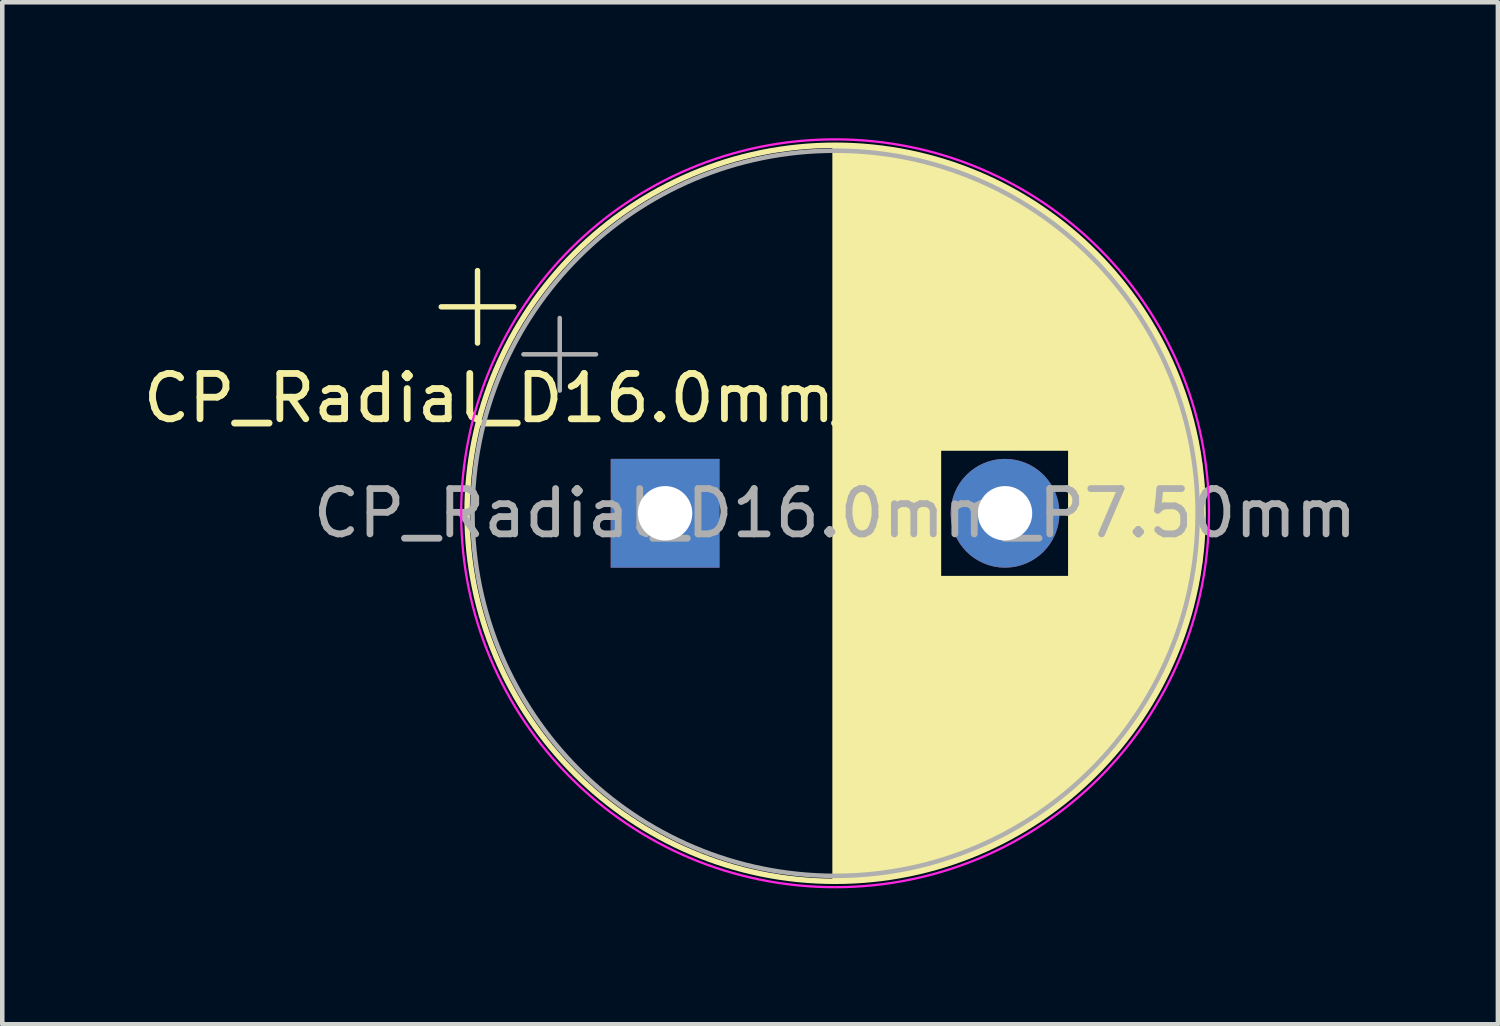
<source format=kicad_pcb>
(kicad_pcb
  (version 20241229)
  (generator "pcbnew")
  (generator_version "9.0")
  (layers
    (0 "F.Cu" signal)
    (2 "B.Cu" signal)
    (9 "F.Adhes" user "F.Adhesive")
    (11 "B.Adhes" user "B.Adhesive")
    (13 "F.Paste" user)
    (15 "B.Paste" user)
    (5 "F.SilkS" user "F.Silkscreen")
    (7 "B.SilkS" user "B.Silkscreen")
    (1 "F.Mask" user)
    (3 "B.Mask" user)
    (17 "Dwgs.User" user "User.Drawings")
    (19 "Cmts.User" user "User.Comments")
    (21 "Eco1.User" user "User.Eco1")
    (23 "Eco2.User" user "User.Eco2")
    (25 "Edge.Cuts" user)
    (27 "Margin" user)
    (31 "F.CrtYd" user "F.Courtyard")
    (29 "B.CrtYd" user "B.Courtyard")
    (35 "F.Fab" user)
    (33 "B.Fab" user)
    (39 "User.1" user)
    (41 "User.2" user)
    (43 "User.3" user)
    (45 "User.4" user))
  (footprint "CP_Radial_D16.0mm_P7.50mm"
    (layer "F.Cu")
    (at 11.625 8.275)
    (property "Reference" "CP_Radial_D16.0mm_P7.50mm" (at 0 -2.54 0) (layer "F.SilkS") (effects (font (size 1 1) (thickness 0.15))))
    (attr through_hole)
    (fp_line (start -4.939 -4.555) (end -3.339 -4.555) (stroke (width 0.12) (type solid)) (layer "F.SilkS"))
    (fp_line (start -4.139 -5.355) (end -4.139 -3.755) (stroke (width 0.12) (type solid)) (layer "F.SilkS"))
    (fp_line (start 3.75 -8.081) (end 3.75 8.081) (stroke (width 0.12) (type solid)) (layer "F.SilkS"))
    (fp_line (start 3.79 -8.08) (end 3.79 8.08) (stroke (width 0.12) (type solid)) (layer "F.SilkS"))
    (fp_line (start 3.83 -8.08) (end 3.83 8.08) (stroke (width 0.12) (type solid)) (layer "F.SilkS"))
    (fp_line (start 3.87 -8.08) (end 3.87 8.08) (stroke (width 0.12) (type solid)) (layer "F.SilkS"))
    (fp_line (start 3.91 -8.079) (end 3.91 8.079) (stroke (width 0.12) (type solid)) (layer "F.SilkS"))
    (fp_line (start 3.95 -8.078) (end 3.95 8.078) (stroke (width 0.12) (type solid)) (layer "F.SilkS"))
    (fp_line (start 3.99 -8.077) (end 3.99 8.077) (stroke (width 0.12) (type solid)) (layer "F.SilkS"))
    (fp_line (start 4.03 -8.076) (end 4.03 8.076) (stroke (width 0.12) (type solid)) (layer "F.SilkS"))
    (fp_line (start 4.07 -8.074) (end 4.07 8.074) (stroke (width 0.12) (type solid)) (layer "F.SilkS"))
    (fp_line (start 4.11 -8.073) (end 4.11 8.073) (stroke (width 0.12) (type solid)) (layer "F.SilkS"))
    (fp_line (start 4.15 -8.071) (end 4.15 8.071) (stroke (width 0.12) (type solid)) (layer "F.SilkS"))
    (fp_line (start 4.19 -8.069) (end 4.19 8.069) (stroke (width 0.12) (type solid)) (layer "F.SilkS"))
    (fp_line (start 4.23 -8.066) (end 4.23 8.066) (stroke (width 0.12) (type solid)) (layer "F.SilkS"))
    (fp_line (start 4.27 -8.064) (end 4.27 8.064) (stroke (width 0.12) (type solid)) (layer "F.SilkS"))
    (fp_line (start 4.31 -8.061) (end 4.31 8.061) (stroke (width 0.12) (type solid)) (layer "F.SilkS"))
    (fp_line (start 4.35 -8.058) (end 4.35 8.058) (stroke (width 0.12) (type solid)) (layer "F.SilkS"))
    (fp_line (start 4.39 -8.055) (end 4.39 8.055) (stroke (width 0.12) (type solid)) (layer "F.SilkS"))
    (fp_line (start 4.43 -8.052) (end 4.43 8.052) (stroke (width 0.12) (type solid)) (layer "F.SilkS"))
    (fp_line (start 4.471 -8.049) (end 4.471 8.049) (stroke (width 0.12) (type solid)) (layer "F.SilkS"))
    (fp_line (start 4.511 -8.045) (end 4.511 8.045) (stroke (width 0.12) (type solid)) (layer "F.SilkS"))
    (fp_line (start 4.551 -8.041) (end 4.551 8.041) (stroke (width 0.12) (type solid)) (layer "F.SilkS"))
    (fp_line (start 4.591 -8.037) (end 4.591 8.037) (stroke (width 0.12) (type solid)) (layer "F.SilkS"))
    (fp_line (start 4.631 -8.033) (end 4.631 8.033) (stroke (width 0.12) (type solid)) (layer "F.SilkS"))
    (fp_line (start 4.671 -8.028) (end 4.671 8.028) (stroke (width 0.12) (type solid)) (layer "F.SilkS"))
    (fp_line (start 4.711 -8.024) (end 4.711 8.024) (stroke (width 0.12) (type solid)) (layer "F.SilkS"))
    (fp_line (start 4.751 -8.019) (end 4.751 8.019) (stroke (width 0.12) (type solid)) (layer "F.SilkS"))
    (fp_line (start 4.791 -8.014) (end 4.791 8.014) (stroke (width 0.12) (type solid)) (layer "F.SilkS"))
    (fp_line (start 4.831 -8.008) (end 4.831 8.008) (stroke (width 0.12) (type solid)) (layer "F.SilkS"))
    (fp_line (start 4.871 -8.003) (end 4.871 8.003) (stroke (width 0.12) (type solid)) (layer "F.SilkS"))
    (fp_line (start 4.911 -7.997) (end 4.911 7.997) (stroke (width 0.12) (type solid)) (layer "F.SilkS"))
    (fp_line (start 4.951 -7.991) (end 4.951 7.991) (stroke (width 0.12) (type solid)) (layer "F.SilkS"))
    (fp_line (start 4.991 -7.985) (end 4.991 7.985) (stroke (width 0.12) (type solid)) (layer "F.SilkS"))
    (fp_line (start 5.031 -7.979) (end 5.031 7.979) (stroke (width 0.12) (type solid)) (layer "F.SilkS"))
    (fp_line (start 5.071 -7.972) (end 5.071 7.972) (stroke (width 0.12) (type solid)) (layer "F.SilkS"))
    (fp_line (start 5.111 -7.966) (end 5.111 7.966) (stroke (width 0.12) (type solid)) (layer "F.SilkS"))
    (fp_line (start 5.151 -7.959) (end 5.151 7.959) (stroke (width 0.12) (type solid)) (layer "F.SilkS"))
    (fp_line (start 5.191 -7.952) (end 5.191 7.952) (stroke (width 0.12) (type solid)) (layer "F.SilkS"))
    (fp_line (start 5.231 -7.944) (end 5.231 7.944) (stroke (width 0.12) (type solid)) (layer "F.SilkS"))
    (fp_line (start 5.271 -7.937) (end 5.271 7.937) (stroke (width 0.12) (type solid)) (layer "F.SilkS"))
    (fp_line (start 5.311 -7.929) (end 5.311 7.929) (stroke (width 0.12) (type solid)) (layer "F.SilkS"))
    (fp_line (start 5.351 -7.921) (end 5.351 7.921) (stroke (width 0.12) (type solid)) (layer "F.SilkS"))
    (fp_line (start 5.391 -7.913) (end 5.391 7.913) (stroke (width 0.12) (type solid)) (layer "F.SilkS"))
    (fp_line (start 5.431 -7.905) (end 5.431 7.905) (stroke (width 0.12) (type solid)) (layer "F.SilkS"))
    (fp_line (start 5.471 -7.896) (end 5.471 7.896) (stroke (width 0.12) (type solid)) (layer "F.SilkS"))
    (fp_line (start 5.511 -7.887) (end 5.511 7.887) (stroke (width 0.12) (type solid)) (layer "F.SilkS"))
    (fp_line (start 5.551 -7.878) (end 5.551 7.878) (stroke (width 0.12) (type solid)) (layer "F.SilkS"))
    (fp_line (start 5.591 -7.869) (end 5.591 7.869) (stroke (width 0.12) (type solid)) (layer "F.SilkS"))
    (fp_line (start 5.631 -7.86) (end 5.631 7.86) (stroke (width 0.12) (type solid)) (layer "F.SilkS"))
    (fp_line (start 5.671 -7.85) (end 5.671 7.85) (stroke (width 0.12) (type solid)) (layer "F.SilkS"))
    (fp_line (start 5.711 -7.84) (end 5.711 7.84) (stroke (width 0.12) (type solid)) (layer "F.SilkS"))
    (fp_line (start 5.751 -7.83) (end 5.751 7.83) (stroke (width 0.12) (type solid)) (layer "F.SilkS"))
    (fp_line (start 5.791 -7.82) (end 5.791 7.82) (stroke (width 0.12) (type solid)) (layer "F.SilkS"))
    (fp_line (start 5.831 -7.81) (end 5.831 7.81) (stroke (width 0.12) (type solid)) (layer "F.SilkS"))
    (fp_line (start 5.871 -7.799) (end 5.871 7.799) (stroke (width 0.12) (type solid)) (layer "F.SilkS"))
    (fp_line (start 5.911 -7.788) (end 5.911 7.788) (stroke (width 0.12) (type solid)) (layer "F.SilkS"))
    (fp_line (start 5.951 -7.777) (end 5.951 7.777) (stroke (width 0.12) (type solid)) (layer "F.SilkS"))
    (fp_line (start 5.991 -7.765) (end 5.991 7.765) (stroke (width 0.12) (type solid)) (layer "F.SilkS"))
    (fp_line (start 6.031 -7.754) (end 6.031 7.754) (stroke (width 0.12) (type solid)) (layer "F.SilkS"))
    (fp_line (start 6.071 -7.742) (end 6.071 -1.44) (stroke (width 0.12) (type solid)) (layer "F.SilkS"))
    (fp_line (start 6.071 1.44) (end 6.071 7.742) (stroke (width 0.12) (type solid)) (layer "F.SilkS"))
    (fp_line (start 6.111 -7.73) (end 6.111 -1.44) (stroke (width 0.12) (type solid)) (layer "F.SilkS"))
    (fp_line (start 6.111 1.44) (end 6.111 7.73) (stroke (width 0.12) (type solid)) (layer "F.SilkS"))
    (fp_line (start 6.151 -7.718) (end 6.151 -1.44) (stroke (width 0.12) (type solid)) (layer "F.SilkS"))
    (fp_line (start 6.151 1.44) (end 6.151 7.718) (stroke (width 0.12) (type solid)) (layer "F.SilkS"))
    (fp_line (start 6.191 -7.705) (end 6.191 -1.44) (stroke (width 0.12) (type solid)) (layer "F.SilkS"))
    (fp_line (start 6.191 1.44) (end 6.191 7.705) (stroke (width 0.12) (type solid)) (layer "F.SilkS"))
    (fp_line (start 6.231 -7.693) (end 6.231 -1.44) (stroke (width 0.12) (type solid)) (layer "F.SilkS"))
    (fp_line (start 6.231 1.44) (end 6.231 7.693) (stroke (width 0.12) (type solid)) (layer "F.SilkS"))
    (fp_line (start 6.271 -7.68) (end 6.271 -1.44) (stroke (width 0.12) (type solid)) (layer "F.SilkS"))
    (fp_line (start 6.271 1.44) (end 6.271 7.68) (stroke (width 0.12) (type solid)) (layer "F.SilkS"))
    (fp_line (start 6.311 -7.666) (end 6.311 -1.44) (stroke (width 0.12) (type solid)) (layer "F.SilkS"))
    (fp_line (start 6.311 1.44) (end 6.311 7.666) (stroke (width 0.12) (type solid)) (layer "F.SilkS"))
    (fp_line (start 6.351 -7.653) (end 6.351 -1.44) (stroke (width 0.12) (type solid)) (layer "F.SilkS"))
    (fp_line (start 6.351 1.44) (end 6.351 7.653) (stroke (width 0.12) (type solid)) (layer "F.SilkS"))
    (fp_line (start 6.391 -7.639) (end 6.391 -1.44) (stroke (width 0.12) (type solid)) (layer "F.SilkS"))
    (fp_line (start 6.391 1.44) (end 6.391 7.639) (stroke (width 0.12) (type solid)) (layer "F.SilkS"))
    (fp_line (start 6.431 -7.625) (end 6.431 -1.44) (stroke (width 0.12) (type solid)) (layer "F.SilkS"))
    (fp_line (start 6.431 1.44) (end 6.431 7.625) (stroke (width 0.12) (type solid)) (layer "F.SilkS"))
    (fp_line (start 6.471 -7.611) (end 6.471 -1.44) (stroke (width 0.12) (type solid)) (layer "F.SilkS"))
    (fp_line (start 6.471 1.44) (end 6.471 7.611) (stroke (width 0.12) (type solid)) (layer "F.SilkS"))
    (fp_line (start 6.511 -7.597) (end 6.511 -1.44) (stroke (width 0.12) (type solid)) (layer "F.SilkS"))
    (fp_line (start 6.511 1.44) (end 6.511 7.597) (stroke (width 0.12) (type solid)) (layer "F.SilkS"))
    (fp_line (start 6.551 -7.582) (end 6.551 -1.44) (stroke (width 0.12) (type solid)) (layer "F.SilkS"))
    (fp_line (start 6.551 1.44) (end 6.551 7.582) (stroke (width 0.12) (type solid)) (layer "F.SilkS"))
    (fp_line (start 6.591 -7.568) (end 6.591 -1.44) (stroke (width 0.12) (type solid)) (layer "F.SilkS"))
    (fp_line (start 6.591 1.44) (end 6.591 7.568) (stroke (width 0.12) (type solid)) (layer "F.SilkS"))
    (fp_line (start 6.631 -7.553) (end 6.631 -1.44) (stroke (width 0.12) (type solid)) (layer "F.SilkS"))
    (fp_line (start 6.631 1.44) (end 6.631 7.553) (stroke (width 0.12) (type solid)) (layer "F.SilkS"))
    (fp_line (start 6.671 -7.537) (end 6.671 -1.44) (stroke (width 0.12) (type solid)) (layer "F.SilkS"))
    (fp_line (start 6.671 1.44) (end 6.671 7.537) (stroke (width 0.12) (type solid)) (layer "F.SilkS"))
    (fp_line (start 6.711 -7.522) (end 6.711 -1.44) (stroke (width 0.12) (type solid)) (layer "F.SilkS"))
    (fp_line (start 6.711 1.44) (end 6.711 7.522) (stroke (width 0.12) (type solid)) (layer "F.SilkS"))
    (fp_line (start 6.751 -7.506) (end 6.751 -1.44) (stroke (width 0.12) (type solid)) (layer "F.SilkS"))
    (fp_line (start 6.751 1.44) (end 6.751 7.506) (stroke (width 0.12) (type solid)) (layer "F.SilkS"))
    (fp_line (start 6.791 -7.49) (end 6.791 -1.44) (stroke (width 0.12) (type solid)) (layer "F.SilkS"))
    (fp_line (start 6.791 1.44) (end 6.791 7.49) (stroke (width 0.12) (type solid)) (layer "F.SilkS"))
    (fp_line (start 6.831 -7.474) (end 6.831 -1.44) (stroke (width 0.12) (type solid)) (layer "F.SilkS"))
    (fp_line (start 6.831 1.44) (end 6.831 7.474) (stroke (width 0.12) (type solid)) (layer "F.SilkS"))
    (fp_line (start 6.871 -7.457) (end 6.871 -1.44) (stroke (width 0.12) (type solid)) (layer "F.SilkS"))
    (fp_line (start 6.871 1.44) (end 6.871 7.457) (stroke (width 0.12) (type solid)) (layer "F.SilkS"))
    (fp_line (start 6.911 -7.44) (end 6.911 -1.44) (stroke (width 0.12) (type solid)) (layer "F.SilkS"))
    (fp_line (start 6.911 1.44) (end 6.911 7.44) (stroke (width 0.12) (type solid)) (layer "F.SilkS"))
    (fp_line (start 6.951 -7.423) (end 6.951 -1.44) (stroke (width 0.12) (type solid)) (layer "F.SilkS"))
    (fp_line (start 6.951 1.44) (end 6.951 7.423) (stroke (width 0.12) (type solid)) (layer "F.SilkS"))
    (fp_line (start 6.991 -7.406) (end 6.991 -1.44) (stroke (width 0.12) (type solid)) (layer "F.SilkS"))
    (fp_line (start 6.991 1.44) (end 6.991 7.406) (stroke (width 0.12) (type solid)) (layer "F.SilkS"))
    (fp_line (start 7.031 -7.389) (end 7.031 -1.44) (stroke (width 0.12) (type solid)) (layer "F.SilkS"))
    (fp_line (start 7.031 1.44) (end 7.031 7.389) (stroke (width 0.12) (type solid)) (layer "F.SilkS"))
    (fp_line (start 7.071 -7.371) (end 7.071 -1.44) (stroke (width 0.12) (type solid)) (layer "F.SilkS"))
    (fp_line (start 7.071 1.44) (end 7.071 7.371) (stroke (width 0.12) (type solid)) (layer "F.SilkS"))
    (fp_line (start 7.111 -7.353) (end 7.111 -1.44) (stroke (width 0.12) (type solid)) (layer "F.SilkS"))
    (fp_line (start 7.111 1.44) (end 7.111 7.353) (stroke (width 0.12) (type solid)) (layer "F.SilkS"))
    (fp_line (start 7.151 -7.334) (end 7.151 -1.44) (stroke (width 0.12) (type solid)) (layer "F.SilkS"))
    (fp_line (start 7.151 1.44) (end 7.151 7.334) (stroke (width 0.12) (type solid)) (layer "F.SilkS"))
    (fp_line (start 7.191 -7.316) (end 7.191 -1.44) (stroke (width 0.12) (type solid)) (layer "F.SilkS"))
    (fp_line (start 7.191 1.44) (end 7.191 7.316) (stroke (width 0.12) (type solid)) (layer "F.SilkS"))
    (fp_line (start 7.231 -7.297) (end 7.231 -1.44) (stroke (width 0.12) (type solid)) (layer "F.SilkS"))
    (fp_line (start 7.231 1.44) (end 7.231 7.297) (stroke (width 0.12) (type solid)) (layer "F.SilkS"))
    (fp_line (start 7.271 -7.278) (end 7.271 -1.44) (stroke (width 0.12) (type solid)) (layer "F.SilkS"))
    (fp_line (start 7.271 1.44) (end 7.271 7.278) (stroke (width 0.12) (type solid)) (layer "F.SilkS"))
    (fp_line (start 7.311 -7.258) (end 7.311 -1.44) (stroke (width 0.12) (type solid)) (layer "F.SilkS"))
    (fp_line (start 7.311 1.44) (end 7.311 7.258) (stroke (width 0.12) (type solid)) (layer "F.SilkS"))
    (fp_line (start 7.351 -7.239) (end 7.351 -1.44) (stroke (width 0.12) (type solid)) (layer "F.SilkS"))
    (fp_line (start 7.351 1.44) (end 7.351 7.239) (stroke (width 0.12) (type solid)) (layer "F.SilkS"))
    (fp_line (start 7.391 -7.219) (end 7.391 -1.44) (stroke (width 0.12) (type solid)) (layer "F.SilkS"))
    (fp_line (start 7.391 1.44) (end 7.391 7.219) (stroke (width 0.12) (type solid)) (layer "F.SilkS"))
    (fp_line (start 7.431 -7.199) (end 7.431 -1.44) (stroke (width 0.12) (type solid)) (layer "F.SilkS"))
    (fp_line (start 7.431 1.44) (end 7.431 7.199) (stroke (width 0.12) (type solid)) (layer "F.SilkS"))
    (fp_line (start 7.471 -7.178) (end 7.471 -1.44) (stroke (width 0.12) (type solid)) (layer "F.SilkS"))
    (fp_line (start 7.471 1.44) (end 7.471 7.178) (stroke (width 0.12) (type solid)) (layer "F.SilkS"))
    (fp_line (start 7.511 -7.157) (end 7.511 -1.44) (stroke (width 0.12) (type solid)) (layer "F.SilkS"))
    (fp_line (start 7.511 1.44) (end 7.511 7.157) (stroke (width 0.12) (type solid)) (layer "F.SilkS"))
    (fp_line (start 7.551 -7.136) (end 7.551 -1.44) (stroke (width 0.12) (type solid)) (layer "F.SilkS"))
    (fp_line (start 7.551 1.44) (end 7.551 7.136) (stroke (width 0.12) (type solid)) (layer "F.SilkS"))
    (fp_line (start 7.591 -7.115) (end 7.591 -1.44) (stroke (width 0.12) (type solid)) (layer "F.SilkS"))
    (fp_line (start 7.591 1.44) (end 7.591 7.115) (stroke (width 0.12) (type solid)) (layer "F.SilkS"))
    (fp_line (start 7.631 -7.094) (end 7.631 -1.44) (stroke (width 0.12) (type solid)) (layer "F.SilkS"))
    (fp_line (start 7.631 1.44) (end 7.631 7.094) (stroke (width 0.12) (type solid)) (layer "F.SilkS"))
    (fp_line (start 7.671 -7.072) (end 7.671 -1.44) (stroke (width 0.12) (type solid)) (layer "F.SilkS"))
    (fp_line (start 7.671 1.44) (end 7.671 7.072) (stroke (width 0.12) (type solid)) (layer "F.SilkS"))
    (fp_line (start 7.711 -7.049) (end 7.711 -1.44) (stroke (width 0.12) (type solid)) (layer "F.SilkS"))
    (fp_line (start 7.711 1.44) (end 7.711 7.049) (stroke (width 0.12) (type solid)) (layer "F.SilkS"))
    (fp_line (start 7.751 -7.027) (end 7.751 -1.44) (stroke (width 0.12) (type solid)) (layer "F.SilkS"))
    (fp_line (start 7.751 1.44) (end 7.751 7.027) (stroke (width 0.12) (type solid)) (layer "F.SilkS"))
    (fp_line (start 7.791 -7.004) (end 7.791 -1.44) (stroke (width 0.12) (type solid)) (layer "F.SilkS"))
    (fp_line (start 7.791 1.44) (end 7.791 7.004) (stroke (width 0.12) (type solid)) (layer "F.SilkS"))
    (fp_line (start 7.831 -6.981) (end 7.831 -1.44) (stroke (width 0.12) (type solid)) (layer "F.SilkS"))
    (fp_line (start 7.831 1.44) (end 7.831 6.981) (stroke (width 0.12) (type solid)) (layer "F.SilkS"))
    (fp_line (start 7.871 -6.958) (end 7.871 -1.44) (stroke (width 0.12) (type solid)) (layer "F.SilkS"))
    (fp_line (start 7.871 1.44) (end 7.871 6.958) (stroke (width 0.12) (type solid)) (layer "F.SilkS"))
    (fp_line (start 7.911 -6.934) (end 7.911 -1.44) (stroke (width 0.12) (type solid)) (layer "F.SilkS"))
    (fp_line (start 7.911 1.44) (end 7.911 6.934) (stroke (width 0.12) (type solid)) (layer "F.SilkS"))
    (fp_line (start 7.951 -6.91) (end 7.951 -1.44) (stroke (width 0.12) (type solid)) (layer "F.SilkS"))
    (fp_line (start 7.951 1.44) (end 7.951 6.91) (stroke (width 0.12) (type solid)) (layer "F.SilkS"))
    (fp_line (start 7.991 -6.886) (end 7.991 -1.44) (stroke (width 0.12) (type solid)) (layer "F.SilkS"))
    (fp_line (start 7.991 1.44) (end 7.991 6.886) (stroke (width 0.12) (type solid)) (layer "F.SilkS"))
    (fp_line (start 8.031 -6.861) (end 8.031 -1.44) (stroke (width 0.12) (type solid)) (layer "F.SilkS"))
    (fp_line (start 8.031 1.44) (end 8.031 6.861) (stroke (width 0.12) (type solid)) (layer "F.SilkS"))
    (fp_line (start 8.071 -6.836) (end 8.071 -1.44) (stroke (width 0.12) (type solid)) (layer "F.SilkS"))
    (fp_line (start 8.071 1.44) (end 8.071 6.836) (stroke (width 0.12) (type solid)) (layer "F.SilkS"))
    (fp_line (start 8.111 -6.811) (end 8.111 -1.44) (stroke (width 0.12) (type solid)) (layer "F.SilkS"))
    (fp_line (start 8.111 1.44) (end 8.111 6.811) (stroke (width 0.12) (type solid)) (layer "F.SilkS"))
    (fp_line (start 8.151 -6.785) (end 8.151 -1.44) (stroke (width 0.12) (type solid)) (layer "F.SilkS"))
    (fp_line (start 8.151 1.44) (end 8.151 6.785) (stroke (width 0.12) (type solid)) (layer "F.SilkS"))
    (fp_line (start 8.191 -6.759) (end 8.191 -1.44) (stroke (width 0.12) (type solid)) (layer "F.SilkS"))
    (fp_line (start 8.191 1.44) (end 8.191 6.759) (stroke (width 0.12) (type solid)) (layer "F.SilkS"))
    (fp_line (start 8.231 -6.733) (end 8.231 -1.44) (stroke (width 0.12) (type solid)) (layer "F.SilkS"))
    (fp_line (start 8.231 1.44) (end 8.231 6.733) (stroke (width 0.12) (type solid)) (layer "F.SilkS"))
    (fp_line (start 8.271 -6.706) (end 8.271 -1.44) (stroke (width 0.12) (type solid)) (layer "F.SilkS"))
    (fp_line (start 8.271 1.44) (end 8.271 6.706) (stroke (width 0.12) (type solid)) (layer "F.SilkS"))
    (fp_line (start 8.311 -6.679) (end 8.311 -1.44) (stroke (width 0.12) (type solid)) (layer "F.SilkS"))
    (fp_line (start 8.311 1.44) (end 8.311 6.679) (stroke (width 0.12) (type solid)) (layer "F.SilkS"))
    (fp_line (start 8.351 -6.652) (end 8.351 -1.44) (stroke (width 0.12) (type solid)) (layer "F.SilkS"))
    (fp_line (start 8.351 1.44) (end 8.351 6.652) (stroke (width 0.12) (type solid)) (layer "F.SilkS"))
    (fp_line (start 8.391 -6.624) (end 8.391 -1.44) (stroke (width 0.12) (type solid)) (layer "F.SilkS"))
    (fp_line (start 8.391 1.44) (end 8.391 6.624) (stroke (width 0.12) (type solid)) (layer "F.SilkS"))
    (fp_line (start 8.431 -6.596) (end 8.431 -1.44) (stroke (width 0.12) (type solid)) (layer "F.SilkS"))
    (fp_line (start 8.431 1.44) (end 8.431 6.596) (stroke (width 0.12) (type solid)) (layer "F.SilkS"))
    (fp_line (start 8.471 -6.568) (end 8.471 -1.44) (stroke (width 0.12) (type solid)) (layer "F.SilkS"))
    (fp_line (start 8.471 1.44) (end 8.471 6.568) (stroke (width 0.12) (type solid)) (layer "F.SilkS"))
    (fp_line (start 8.511 -6.539) (end 8.511 -1.44) (stroke (width 0.12) (type solid)) (layer "F.SilkS"))
    (fp_line (start 8.511 1.44) (end 8.511 6.539) (stroke (width 0.12) (type solid)) (layer "F.SilkS"))
    (fp_line (start 8.551 -6.51) (end 8.551 -1.44) (stroke (width 0.12) (type solid)) (layer "F.SilkS"))
    (fp_line (start 8.551 1.44) (end 8.551 6.51) (stroke (width 0.12) (type solid)) (layer "F.SilkS"))
    (fp_line (start 8.591 -6.48) (end 8.591 -1.44) (stroke (width 0.12) (type solid)) (layer "F.SilkS"))
    (fp_line (start 8.591 1.44) (end 8.591 6.48) (stroke (width 0.12) (type solid)) (layer "F.SilkS"))
    (fp_line (start 8.631 -6.45) (end 8.631 -1.44) (stroke (width 0.12) (type solid)) (layer "F.SilkS"))
    (fp_line (start 8.631 1.44) (end 8.631 6.45) (stroke (width 0.12) (type solid)) (layer "F.SilkS"))
    (fp_line (start 8.671 -6.42) (end 8.671 -1.44) (stroke (width 0.12) (type solid)) (layer "F.SilkS"))
    (fp_line (start 8.671 1.44) (end 8.671 6.42) (stroke (width 0.12) (type solid)) (layer "F.SilkS"))
    (fp_line (start 8.711 -6.39) (end 8.711 -1.44) (stroke (width 0.12) (type solid)) (layer "F.SilkS"))
    (fp_line (start 8.711 1.44) (end 8.711 6.39) (stroke (width 0.12) (type solid)) (layer "F.SilkS"))
    (fp_line (start 8.751 -6.358) (end 8.751 -1.44) (stroke (width 0.12) (type solid)) (layer "F.SilkS"))
    (fp_line (start 8.751 1.44) (end 8.751 6.358) (stroke (width 0.12) (type solid)) (layer "F.SilkS"))
    (fp_line (start 8.791 -6.327) (end 8.791 -1.44) (stroke (width 0.12) (type solid)) (layer "F.SilkS"))
    (fp_line (start 8.791 1.44) (end 8.791 6.327) (stroke (width 0.12) (type solid)) (layer "F.SilkS"))
    (fp_line (start 8.831 -6.295) (end 8.831 -1.44) (stroke (width 0.12) (type solid)) (layer "F.SilkS"))
    (fp_line (start 8.831 1.44) (end 8.831 6.295) (stroke (width 0.12) (type solid)) (layer "F.SilkS"))
    (fp_line (start 8.871 -6.263) (end 8.871 -1.44) (stroke (width 0.12) (type solid)) (layer "F.SilkS"))
    (fp_line (start 8.871 1.44) (end 8.871 6.263) (stroke (width 0.12) (type solid)) (layer "F.SilkS"))
    (fp_line (start 8.911 -6.23) (end 8.911 -1.44) (stroke (width 0.12) (type solid)) (layer "F.SilkS"))
    (fp_line (start 8.911 1.44) (end 8.911 6.23) (stroke (width 0.12) (type solid)) (layer "F.SilkS"))
    (fp_line (start 8.951 -6.197) (end 8.951 6.197) (stroke (width 0.12) (type solid)) (layer "F.SilkS"))
    (fp_line (start 8.991 -6.163) (end 8.991 6.163) (stroke (width 0.12) (type solid)) (layer "F.SilkS"))
    (fp_line (start 9.031 -6.129) (end 9.031 6.129) (stroke (width 0.12) (type solid)) (layer "F.SilkS"))
    (fp_line (start 9.071 -6.095) (end 9.071 6.095) (stroke (width 0.12) (type solid)) (layer "F.SilkS"))
    (fp_line (start 9.111 -6.06) (end 9.111 6.06) (stroke (width 0.12) (type solid)) (layer "F.SilkS"))
    (fp_line (start 9.151 -6.025) (end 9.151 6.025) (stroke (width 0.12) (type solid)) (layer "F.SilkS"))
    (fp_line (start 9.191 -5.989) (end 9.191 5.989) (stroke (width 0.12) (type solid)) (layer "F.SilkS"))
    (fp_line (start 9.231 -5.952) (end 9.231 5.952) (stroke (width 0.12) (type solid)) (layer "F.SilkS"))
    (fp_line (start 9.271 -5.916) (end 9.271 5.916) (stroke (width 0.12) (type solid)) (layer "F.SilkS"))
    (fp_line (start 9.311 -5.878) (end 9.311 5.878) (stroke (width 0.12) (type solid)) (layer "F.SilkS"))
    (fp_line (start 9.351 -5.84) (end 9.351 5.84) (stroke (width 0.12) (type solid)) (layer "F.SilkS"))
    (fp_line (start 9.391 -5.802) (end 9.391 5.802) (stroke (width 0.12) (type solid)) (layer "F.SilkS"))
    (fp_line (start 9.431 -5.763) (end 9.431 5.763) (stroke (width 0.12) (type solid)) (layer "F.SilkS"))
    (fp_line (start 9.471 -5.724) (end 9.471 5.724) (stroke (width 0.12) (type solid)) (layer "F.SilkS"))
    (fp_line (start 9.511 -5.684) (end 9.511 5.684) (stroke (width 0.12) (type solid)) (layer "F.SilkS"))
    (fp_line (start 9.551 -5.643) (end 9.551 5.643) (stroke (width 0.12) (type solid)) (layer "F.SilkS"))
    (fp_line (start 9.591 -5.602) (end 9.591 5.602) (stroke (width 0.12) (type solid)) (layer "F.SilkS"))
    (fp_line (start 9.631 -5.56) (end 9.631 5.56) (stroke (width 0.12) (type solid)) (layer "F.SilkS"))
    (fp_line (start 9.671 -5.518) (end 9.671 5.518) (stroke (width 0.12) (type solid)) (layer "F.SilkS"))
    (fp_line (start 9.711 -5.475) (end 9.711 5.475) (stroke (width 0.12) (type solid)) (layer "F.SilkS"))
    (fp_line (start 9.751 -5.432) (end 9.751 5.432) (stroke (width 0.12) (type solid)) (layer "F.SilkS"))
    (fp_line (start 9.791 -5.388) (end 9.791 5.388) (stroke (width 0.12) (type solid)) (layer "F.SilkS"))
    (fp_line (start 9.831 -5.343) (end 9.831 5.343) (stroke (width 0.12) (type solid)) (layer "F.SilkS"))
    (fp_line (start 9.871 -5.297) (end 9.871 5.297) (stroke (width 0.12) (type solid)) (layer "F.SilkS"))
    (fp_line (start 9.911 -5.251) (end 9.911 5.251) (stroke (width 0.12) (type solid)) (layer "F.SilkS"))
    (fp_line (start 9.951 -5.204) (end 9.951 5.204) (stroke (width 0.12) (type solid)) (layer "F.SilkS"))
    (fp_line (start 9.991 -5.156) (end 9.991 5.156) (stroke (width 0.12) (type solid)) (layer "F.SilkS"))
    (fp_line (start 10.031 -5.108) (end 10.031 5.108) (stroke (width 0.12) (type solid)) (layer "F.SilkS"))
    (fp_line (start 10.071 -5.059) (end 10.071 5.059) (stroke (width 0.12) (type solid)) (layer "F.SilkS"))
    (fp_line (start 10.111 -5.009) (end 10.111 5.009) (stroke (width 0.12) (type solid)) (layer "F.SilkS"))
    (fp_line (start 10.151 -4.958) (end 10.151 4.958) (stroke (width 0.12) (type solid)) (layer "F.SilkS"))
    (fp_line (start 10.191 -4.906) (end 10.191 4.906) (stroke (width 0.12) (type solid)) (layer "F.SilkS"))
    (fp_line (start 10.231 -4.854) (end 10.231 4.854) (stroke (width 0.12) (type solid)) (layer "F.SilkS"))
    (fp_line (start 10.271 -4.8) (end 10.271 4.8) (stroke (width 0.12) (type solid)) (layer "F.SilkS"))
    (fp_line (start 10.311 -4.746) (end 10.311 4.746) (stroke (width 0.12) (type solid)) (layer "F.SilkS"))
    (fp_line (start 10.351 -4.691) (end 10.351 4.691) (stroke (width 0.12) (type solid)) (layer "F.SilkS"))
    (fp_line (start 10.391 -4.634) (end 10.391 4.634) (stroke (width 0.12) (type solid)) (layer "F.SilkS"))
    (fp_line (start 10.431 -4.577) (end 10.431 4.577) (stroke (width 0.12) (type solid)) (layer "F.SilkS"))
    (fp_line (start 10.471 -4.519) (end 10.471 4.519) (stroke (width 0.12) (type solid)) (layer "F.SilkS"))
    (fp_line (start 10.511 -4.459) (end 10.511 4.459) (stroke (width 0.12) (type solid)) (layer "F.SilkS"))
    (fp_line (start 10.551 -4.398) (end 10.551 4.398) (stroke (width 0.12) (type solid)) (layer "F.SilkS"))
    (fp_line (start 10.591 -4.336) (end 10.591 4.336) (stroke (width 0.12) (type solid)) (layer "F.SilkS"))
    (fp_line (start 10.631 -4.273) (end 10.631 4.273) (stroke (width 0.12) (type solid)) (layer "F.SilkS"))
    (fp_line (start 10.671 -4.209) (end 10.671 4.209) (stroke (width 0.12) (type solid)) (layer "F.SilkS"))
    (fp_line (start 10.711 -4.143) (end 10.711 4.143) (stroke (width 0.12) (type solid)) (layer "F.SilkS"))
    (fp_line (start 10.751 -4.076) (end 10.751 4.076) (stroke (width 0.12) (type solid)) (layer "F.SilkS"))
    (fp_line (start 10.791 -4.007) (end 10.791 4.007) (stroke (width 0.12) (type solid)) (layer "F.SilkS"))
    (fp_line (start 10.831 -3.936) (end 10.831 3.936) (stroke (width 0.12) (type solid)) (layer "F.SilkS"))
    (fp_line (start 10.871 -3.864) (end 10.871 3.864) (stroke (width 0.12) (type solid)) (layer "F.SilkS"))
    (fp_line (start 10.911 -3.79) (end 10.911 3.79) (stroke (width 0.12) (type solid)) (layer "F.SilkS"))
    (fp_line (start 10.951 -3.715) (end 10.951 3.715) (stroke (width 0.12) (type solid)) (layer "F.SilkS"))
    (fp_line (start 10.991 -3.637) (end 10.991 3.637) (stroke (width 0.12) (type solid)) (layer "F.SilkS"))
    (fp_line (start 11.031 -3.557) (end 11.031 3.557) (stroke (width 0.12) (type solid)) (layer "F.SilkS"))
    (fp_line (start 11.071 -3.475) (end 11.071 3.475) (stroke (width 0.12) (type solid)) (layer "F.SilkS"))
    (fp_line (start 11.111 -3.39) (end 11.111 3.39) (stroke (width 0.12) (type solid)) (layer "F.SilkS"))
    (fp_line (start 11.151 -3.303) (end 11.151 3.303) (stroke (width 0.12) (type solid)) (layer "F.SilkS"))
    (fp_line (start 11.191 -3.213) (end 11.191 3.213) (stroke (width 0.12) (type solid)) (layer "F.SilkS"))
    (fp_line (start 11.231 -3.12) (end 11.231 3.12) (stroke (width 0.12) (type solid)) (layer "F.SilkS"))
    (fp_line (start 11.271 -3.024) (end 11.271 3.024) (stroke (width 0.12) (type solid)) (layer "F.SilkS"))
    (fp_line (start 11.311 -2.924) (end 11.311 2.924) (stroke (width 0.12) (type solid)) (layer "F.SilkS"))
    (fp_line (start 11.351 -2.82) (end 11.351 2.82) (stroke (width 0.12) (type solid)) (layer "F.SilkS"))
    (fp_line (start 11.391 -2.711) (end 11.391 2.711) (stroke (width 0.12) (type solid)) (layer "F.SilkS"))
    (fp_line (start 11.431 -2.597) (end 11.431 2.597) (stroke (width 0.12) (type solid)) (layer "F.SilkS"))
    (fp_line (start 11.471 -2.478) (end 11.471 2.478) (stroke (width 0.12) (type solid)) (layer "F.SilkS"))
    (fp_line (start 11.511 -2.351) (end 11.511 2.351) (stroke (width 0.12) (type solid)) (layer "F.SilkS"))
    (fp_line (start 11.551 -2.218) (end 11.551 2.218) (stroke (width 0.12) (type solid)) (layer "F.SilkS"))
    (fp_line (start 11.591 -2.074) (end 11.591 2.074) (stroke (width 0.12) (type solid)) (layer "F.SilkS"))
    (fp_line (start 11.631 -1.92) (end 11.631 1.92) (stroke (width 0.12) (type solid)) (layer "F.SilkS"))
    (fp_line (start 11.671 -1.752) (end 11.671 1.752) (stroke (width 0.12) (type solid)) (layer "F.SilkS"))
    (fp_line (start 11.711 -1.564) (end 11.711 1.564) (stroke (width 0.12) (type solid)) (layer "F.SilkS"))
    (fp_line (start 11.751 -1.351) (end 11.751 1.351) (stroke (width 0.12) (type solid)) (layer "F.SilkS"))
    (fp_line (start 11.791 -1.098) (end 11.791 1.098) (stroke (width 0.12) (type solid)) (layer "F.SilkS"))
    (fp_line (start 11.831 -0.765) (end 11.831 0.765) (stroke (width 0.12) (type solid)) (layer "F.SilkS"))
    (fp_circle (center 3.75 0) (end 11.87 0) (stroke (width 0.12) (type solid)) (fill no) (layer "F.SilkS"))
    (fp_circle (center 3.75 0) (end 12 0) (stroke (width 0.05) (type solid)) (fill no) (layer "F.CrtYd"))
    (fp_line (start -3.125 -3.507) (end -1.525 -3.507) (stroke (width 0.1) (type solid)) (layer "F.Fab"))
    (fp_line (start -2.325 -4.308) (end -2.325 -2.708) (stroke (width 0.1) (type solid)) (layer "F.Fab"))
    (fp_circle (center 3.75 0) (end 11.75 0) (stroke (width 0.1) (type solid)) (fill no) (layer "F.Fab"))
    (fp_text user "${REFERENCE}" (at 3.75 0 0) (layer "F.Fab") (effects (font (size 1 1) (thickness 0.15))))
    (pad "1" thru_hole rect (at 0 0) (size 2.4 2.4) (drill 1.2) (layers "*.Cu" "*.Mask"))
    (pad "2" thru_hole circle (at 7.5 0) (size 2.4 2.4) (drill 1.2) (layers "*.Cu" "*.Mask")))
  (gr_rect
    (start -3 -3)
    (end 30 19.55)
    (stroke (width 0.1) (type default))
    (fill no)
    (layer "Edge.Cuts")))
</source>
